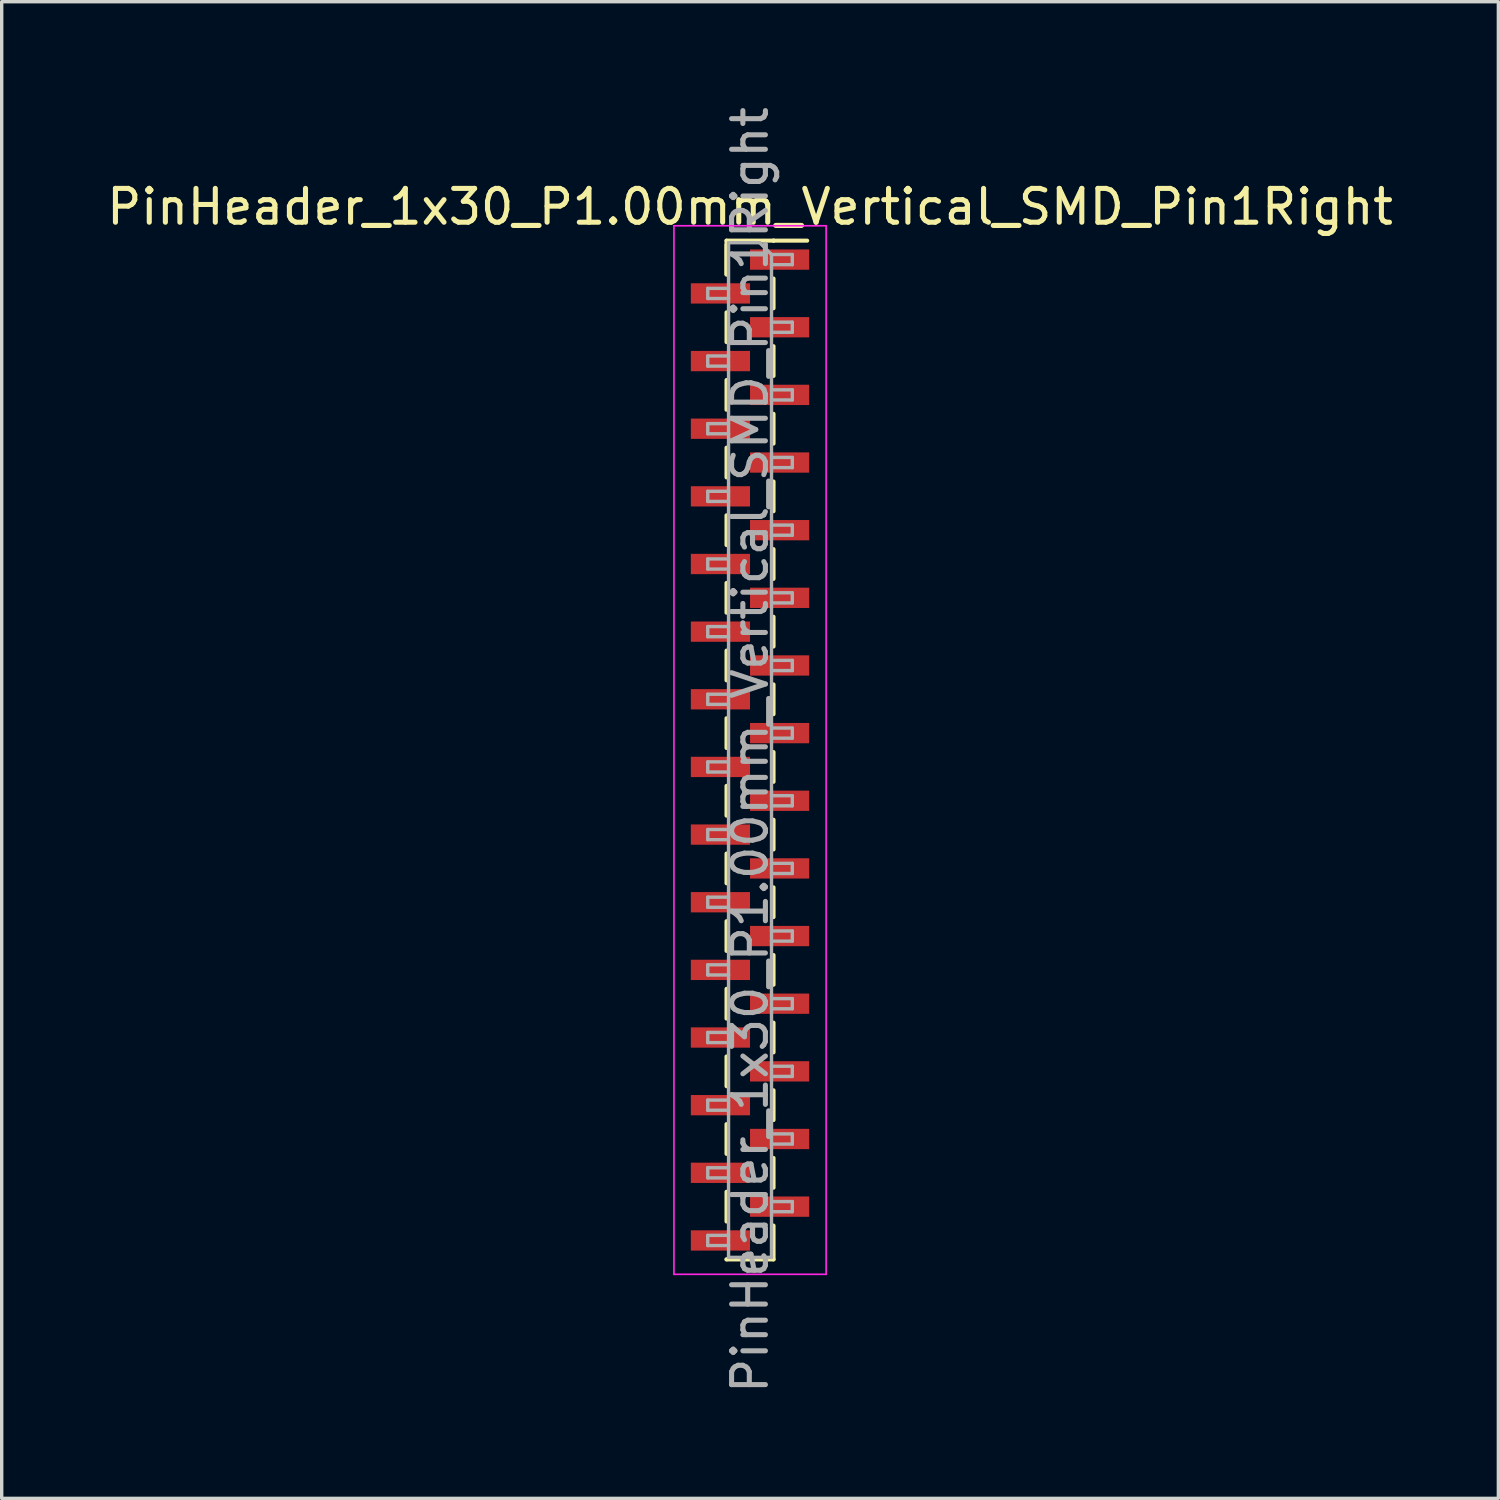
<source format=kicad_pcb>
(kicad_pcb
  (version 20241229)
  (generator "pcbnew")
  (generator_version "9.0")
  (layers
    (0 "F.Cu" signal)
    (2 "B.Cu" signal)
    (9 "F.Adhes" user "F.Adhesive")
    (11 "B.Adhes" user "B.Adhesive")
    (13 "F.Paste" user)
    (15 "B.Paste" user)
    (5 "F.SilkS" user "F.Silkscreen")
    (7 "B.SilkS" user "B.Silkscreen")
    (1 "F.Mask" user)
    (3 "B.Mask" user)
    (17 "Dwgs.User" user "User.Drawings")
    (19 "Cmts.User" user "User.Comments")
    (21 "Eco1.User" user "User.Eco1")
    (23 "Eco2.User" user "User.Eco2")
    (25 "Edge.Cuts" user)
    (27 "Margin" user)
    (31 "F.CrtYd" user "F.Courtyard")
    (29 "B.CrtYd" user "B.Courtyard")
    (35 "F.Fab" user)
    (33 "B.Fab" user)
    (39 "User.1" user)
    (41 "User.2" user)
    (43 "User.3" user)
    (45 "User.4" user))
  (footprint "PinHeader_1x30_P1.00mm_Vertical_SMD_Pin1Right"
    (layer "F.Cu")
    (at 19.125 19.125)
    (property "Reference" "PinHeader_1x30_P1.00mm_Vertical_SMD_Pin1Right" (at 0 -16.06 0) (layer "F.SilkS") (effects (font (size 1 1) (thickness 0.15))))
    (attr smd)
    (fp_line (start -0.695 -15.06) (end -0.695 -14.06) (stroke (width 0.12) (type solid)) (layer "F.SilkS"))
    (fp_line (start -0.695 -15.06) (end 0.695 -15.06) (stroke (width 0.12) (type solid)) (layer "F.SilkS"))
    (fp_line (start -0.695 -14.94) (end -0.695 -14.06) (stroke (width 0.12) (type solid)) (layer "F.SilkS"))
    (fp_line (start -0.695 -12.94) (end -0.695 -12.06) (stroke (width 0.12) (type solid)) (layer "F.SilkS"))
    (fp_line (start -0.695 -10.94) (end -0.695 -10.06) (stroke (width 0.12) (type solid)) (layer "F.SilkS"))
    (fp_line (start -0.695 -8.94) (end -0.695 -8.06) (stroke (width 0.12) (type solid)) (layer "F.SilkS"))
    (fp_line (start -0.695 -6.94) (end -0.695 -6.06) (stroke (width 0.12) (type solid)) (layer "F.SilkS"))
    (fp_line (start -0.695 -4.94) (end -0.695 -4.06) (stroke (width 0.12) (type solid)) (layer "F.SilkS"))
    (fp_line (start -0.695 -2.94) (end -0.695 -2.06) (stroke (width 0.12) (type solid)) (layer "F.SilkS"))
    (fp_line (start -0.695 -0.94) (end -0.695 -0.06) (stroke (width 0.12) (type solid)) (layer "F.SilkS"))
    (fp_line (start -0.695 1.06) (end -0.695 1.94) (stroke (width 0.12) (type solid)) (layer "F.SilkS"))
    (fp_line (start -0.695 3.06) (end -0.695 3.94) (stroke (width 0.12) (type solid)) (layer "F.SilkS"))
    (fp_line (start -0.695 5.06) (end -0.695 5.94) (stroke (width 0.12) (type solid)) (layer "F.SilkS"))
    (fp_line (start -0.695 7.06) (end -0.695 7.94) (stroke (width 0.12) (type solid)) (layer "F.SilkS"))
    (fp_line (start -0.695 9.06) (end -0.695 9.94) (stroke (width 0.12) (type solid)) (layer "F.SilkS"))
    (fp_line (start -0.695 11.06) (end -0.695 11.94) (stroke (width 0.12) (type solid)) (layer "F.SilkS"))
    (fp_line (start -0.695 13.06) (end -0.695 13.94) (stroke (width 0.12) (type solid)) (layer "F.SilkS"))
    (fp_line (start -0.695 15.06) (end -0.695 15.06) (stroke (width 0.12) (type solid)) (layer "F.SilkS"))
    (fp_line (start -0.695 15.06) (end 0.695 15.06) (stroke (width 0.12) (type solid)) (layer "F.SilkS"))
    (fp_line (start 0.695 -15.06) (end 0.695 -15.06) (stroke (width 0.12) (type solid)) (layer "F.SilkS"))
    (fp_line (start 0.695 -15.06) (end 1.69 -15.06) (stroke (width 0.12) (type solid)) (layer "F.SilkS"))
    (fp_line (start 0.695 -13.94) (end 0.695 -13.06) (stroke (width 0.12) (type solid)) (layer "F.SilkS"))
    (fp_line (start 0.695 -11.94) (end 0.695 -11.06) (stroke (width 0.12) (type solid)) (layer "F.SilkS"))
    (fp_line (start 0.695 -9.94) (end 0.695 -9.06) (stroke (width 0.12) (type solid)) (layer "F.SilkS"))
    (fp_line (start 0.695 -7.94) (end 0.695 -7.06) (stroke (width 0.12) (type solid)) (layer "F.SilkS"))
    (fp_line (start 0.695 -5.94) (end 0.695 -5.06) (stroke (width 0.12) (type solid)) (layer "F.SilkS"))
    (fp_line (start 0.695 -3.94) (end 0.695 -3.06) (stroke (width 0.12) (type solid)) (layer "F.SilkS"))
    (fp_line (start 0.695 -1.94) (end 0.695 -1.06) (stroke (width 0.12) (type solid)) (layer "F.SilkS"))
    (fp_line (start 0.695 0.06) (end 0.695 0.94) (stroke (width 0.12) (type solid)) (layer "F.SilkS"))
    (fp_line (start 0.695 2.06) (end 0.695 2.94) (stroke (width 0.12) (type solid)) (layer "F.SilkS"))
    (fp_line (start 0.695 4.06) (end 0.695 4.94) (stroke (width 0.12) (type solid)) (layer "F.SilkS"))
    (fp_line (start 0.695 6.06) (end 0.695 6.94) (stroke (width 0.12) (type solid)) (layer "F.SilkS"))
    (fp_line (start 0.695 8.06) (end 0.695 8.94) (stroke (width 0.12) (type solid)) (layer "F.SilkS"))
    (fp_line (start 0.695 10.06) (end 0.695 10.94) (stroke (width 0.12) (type solid)) (layer "F.SilkS"))
    (fp_line (start 0.695 12.06) (end 0.695 12.94) (stroke (width 0.12) (type solid)) (layer "F.SilkS"))
    (fp_line (start 0.695 14.06) (end 0.695 15.06) (stroke (width 0.12) (type solid)) (layer "F.SilkS"))
    (fp_line (start -2.25 -15.5) (end -2.25 15.5) (stroke (width 0.05) (type solid)) (layer "F.CrtYd"))
    (fp_line (start -2.25 15.5) (end 2.25 15.5) (stroke (width 0.05) (type solid)) (layer "F.CrtYd"))
    (fp_line (start 2.25 -15.5) (end -2.25 -15.5) (stroke (width 0.05) (type solid)) (layer "F.CrtYd"))
    (fp_line (start 2.25 15.5) (end 2.25 -15.5) (stroke (width 0.05) (type solid)) (layer "F.CrtYd"))
    (fp_line (start -1.25 -13.65) (end -1.25 -13.35) (stroke (width 0.1) (type solid)) (layer "F.Fab"))
    (fp_line (start -1.25 -13.35) (end -0.635 -13.35) (stroke (width 0.1) (type solid)) (layer "F.Fab"))
    (fp_line (start -1.25 -11.65) (end -1.25 -11.35) (stroke (width 0.1) (type solid)) (layer "F.Fab"))
    (fp_line (start -1.25 -11.35) (end -0.635 -11.35) (stroke (width 0.1) (type solid)) (layer "F.Fab"))
    (fp_line (start -1.25 -9.65) (end -1.25 -9.35) (stroke (width 0.1) (type solid)) (layer "F.Fab"))
    (fp_line (start -1.25 -9.35) (end -0.635 -9.35) (stroke (width 0.1) (type solid)) (layer "F.Fab"))
    (fp_line (start -1.25 -7.65) (end -1.25 -7.35) (stroke (width 0.1) (type solid)) (layer "F.Fab"))
    (fp_line (start -1.25 -7.35) (end -0.635 -7.35) (stroke (width 0.1) (type solid)) (layer "F.Fab"))
    (fp_line (start -1.25 -5.65) (end -1.25 -5.35) (stroke (width 0.1) (type solid)) (layer "F.Fab"))
    (fp_line (start -1.25 -5.35) (end -0.635 -5.35) (stroke (width 0.1) (type solid)) (layer "F.Fab"))
    (fp_line (start -1.25 -3.65) (end -1.25 -3.35) (stroke (width 0.1) (type solid)) (layer "F.Fab"))
    (fp_line (start -1.25 -3.35) (end -0.635 -3.35) (stroke (width 0.1) (type solid)) (layer "F.Fab"))
    (fp_line (start -1.25 -1.65) (end -1.25 -1.35) (stroke (width 0.1) (type solid)) (layer "F.Fab"))
    (fp_line (start -1.25 -1.35) (end -0.635 -1.35) (stroke (width 0.1) (type solid)) (layer "F.Fab"))
    (fp_line (start -1.25 0.35) (end -1.25 0.65) (stroke (width 0.1) (type solid)) (layer "F.Fab"))
    (fp_line (start -1.25 0.65) (end -0.635 0.65) (stroke (width 0.1) (type solid)) (layer "F.Fab"))
    (fp_line (start -1.25 2.35) (end -1.25 2.65) (stroke (width 0.1) (type solid)) (layer "F.Fab"))
    (fp_line (start -1.25 2.65) (end -0.635 2.65) (stroke (width 0.1) (type solid)) (layer "F.Fab"))
    (fp_line (start -1.25 4.35) (end -1.25 4.65) (stroke (width 0.1) (type solid)) (layer "F.Fab"))
    (fp_line (start -1.25 4.65) (end -0.635 4.65) (stroke (width 0.1) (type solid)) (layer "F.Fab"))
    (fp_line (start -1.25 6.35) (end -1.25 6.65) (stroke (width 0.1) (type solid)) (layer "F.Fab"))
    (fp_line (start -1.25 6.65) (end -0.635 6.65) (stroke (width 0.1) (type solid)) (layer "F.Fab"))
    (fp_line (start -1.25 8.35) (end -1.25 8.65) (stroke (width 0.1) (type solid)) (layer "F.Fab"))
    (fp_line (start -1.25 8.65) (end -0.635 8.65) (stroke (width 0.1) (type solid)) (layer "F.Fab"))
    (fp_line (start -1.25 10.35) (end -1.25 10.65) (stroke (width 0.1) (type solid)) (layer "F.Fab"))
    (fp_line (start -1.25 10.65) (end -0.635 10.65) (stroke (width 0.1) (type solid)) (layer "F.Fab"))
    (fp_line (start -1.25 12.35) (end -1.25 12.65) (stroke (width 0.1) (type solid)) (layer "F.Fab"))
    (fp_line (start -1.25 12.65) (end -0.635 12.65) (stroke (width 0.1) (type solid)) (layer "F.Fab"))
    (fp_line (start -1.25 14.35) (end -1.25 14.65) (stroke (width 0.1) (type solid)) (layer "F.Fab"))
    (fp_line (start -1.25 14.65) (end -0.635 14.65) (stroke (width 0.1) (type solid)) (layer "F.Fab"))
    (fp_line (start -0.635 -15) (end -0.635 15) (stroke (width 0.1) (type solid)) (layer "F.Fab"))
    (fp_line (start -0.635 -15) (end 0.285 -15) (stroke (width 0.1) (type solid)) (layer "F.Fab"))
    (fp_line (start -0.635 -13.65) (end -1.25 -13.65) (stroke (width 0.1) (type solid)) (layer "F.Fab"))
    (fp_line (start -0.635 -11.65) (end -1.25 -11.65) (stroke (width 0.1) (type solid)) (layer "F.Fab"))
    (fp_line (start -0.635 -9.65) (end -1.25 -9.65) (stroke (width 0.1) (type solid)) (layer "F.Fab"))
    (fp_line (start -0.635 -7.65) (end -1.25 -7.65) (stroke (width 0.1) (type solid)) (layer "F.Fab"))
    (fp_line (start -0.635 -5.65) (end -1.25 -5.65) (stroke (width 0.1) (type solid)) (layer "F.Fab"))
    (fp_line (start -0.635 -3.65) (end -1.25 -3.65) (stroke (width 0.1) (type solid)) (layer "F.Fab"))
    (fp_line (start -0.635 -1.65) (end -1.25 -1.65) (stroke (width 0.1) (type solid)) (layer "F.Fab"))
    (fp_line (start -0.635 0.35) (end -1.25 0.35) (stroke (width 0.1) (type solid)) (layer "F.Fab"))
    (fp_line (start -0.635 2.35) (end -1.25 2.35) (stroke (width 0.1) (type solid)) (layer "F.Fab"))
    (fp_line (start -0.635 4.35) (end -1.25 4.35) (stroke (width 0.1) (type solid)) (layer "F.Fab"))
    (fp_line (start -0.635 6.35) (end -1.25 6.35) (stroke (width 0.1) (type solid)) (layer "F.Fab"))
    (fp_line (start -0.635 8.35) (end -1.25 8.35) (stroke (width 0.1) (type solid)) (layer "F.Fab"))
    (fp_line (start -0.635 10.35) (end -1.25 10.35) (stroke (width 0.1) (type solid)) (layer "F.Fab"))
    (fp_line (start -0.635 12.35) (end -1.25 12.35) (stroke (width 0.1) (type solid)) (layer "F.Fab"))
    (fp_line (start -0.635 14.35) (end -1.25 14.35) (stroke (width 0.1) (type solid)) (layer "F.Fab"))
    (fp_line (start 0.635 -14.65) (end 0.285 -15) (stroke (width 0.1) (type solid)) (layer "F.Fab"))
    (fp_line (start 0.635 -14.65) (end 1.25 -14.65) (stroke (width 0.1) (type solid)) (layer "F.Fab"))
    (fp_line (start 0.635 -12.65) (end 1.25 -12.65) (stroke (width 0.1) (type solid)) (layer "F.Fab"))
    (fp_line (start 0.635 -10.65) (end 1.25 -10.65) (stroke (width 0.1) (type solid)) (layer "F.Fab"))
    (fp_line (start 0.635 -8.65) (end 1.25 -8.65) (stroke (width 0.1) (type solid)) (layer "F.Fab"))
    (fp_line (start 0.635 -6.65) (end 1.25 -6.65) (stroke (width 0.1) (type solid)) (layer "F.Fab"))
    (fp_line (start 0.635 -4.65) (end 1.25 -4.65) (stroke (width 0.1) (type solid)) (layer "F.Fab"))
    (fp_line (start 0.635 -2.65) (end 1.25 -2.65) (stroke (width 0.1) (type solid)) (layer "F.Fab"))
    (fp_line (start 0.635 -0.65) (end 1.25 -0.65) (stroke (width 0.1) (type solid)) (layer "F.Fab"))
    (fp_line (start 0.635 1.35) (end 1.25 1.35) (stroke (width 0.1) (type solid)) (layer "F.Fab"))
    (fp_line (start 0.635 3.35) (end 1.25 3.35) (stroke (width 0.1) (type solid)) (layer "F.Fab"))
    (fp_line (start 0.635 5.35) (end 1.25 5.35) (stroke (width 0.1) (type solid)) (layer "F.Fab"))
    (fp_line (start 0.635 7.35) (end 1.25 7.35) (stroke (width 0.1) (type solid)) (layer "F.Fab"))
    (fp_line (start 0.635 9.35) (end 1.25 9.35) (stroke (width 0.1) (type solid)) (layer "F.Fab"))
    (fp_line (start 0.635 11.35) (end 1.25 11.35) (stroke (width 0.1) (type solid)) (layer "F.Fab"))
    (fp_line (start 0.635 13.35) (end 1.25 13.35) (stroke (width 0.1) (type solid)) (layer "F.Fab"))
    (fp_line (start 0.635 15) (end -0.635 15) (stroke (width 0.1) (type solid)) (layer "F.Fab"))
    (fp_line (start 0.635 15) (end 0.635 -14.65) (stroke (width 0.1) (type solid)) (layer "F.Fab"))
    (fp_line (start 1.25 -14.65) (end 1.25 -14.35) (stroke (width 0.1) (type solid)) (layer "F.Fab"))
    (fp_line (start 1.25 -14.35) (end 0.635 -14.35) (stroke (width 0.1) (type solid)) (layer "F.Fab"))
    (fp_line (start 1.25 -12.65) (end 1.25 -12.35) (stroke (width 0.1) (type solid)) (layer "F.Fab"))
    (fp_line (start 1.25 -12.35) (end 0.635 -12.35) (stroke (width 0.1) (type solid)) (layer "F.Fab"))
    (fp_line (start 1.25 -10.65) (end 1.25 -10.35) (stroke (width 0.1) (type solid)) (layer "F.Fab"))
    (fp_line (start 1.25 -10.35) (end 0.635 -10.35) (stroke (width 0.1) (type solid)) (layer "F.Fab"))
    (fp_line (start 1.25 -8.65) (end 1.25 -8.35) (stroke (width 0.1) (type solid)) (layer "F.Fab"))
    (fp_line (start 1.25 -8.35) (end 0.635 -8.35) (stroke (width 0.1) (type solid)) (layer "F.Fab"))
    (fp_line (start 1.25 -6.65) (end 1.25 -6.35) (stroke (width 0.1) (type solid)) (layer "F.Fab"))
    (fp_line (start 1.25 -6.35) (end 0.635 -6.35) (stroke (width 0.1) (type solid)) (layer "F.Fab"))
    (fp_line (start 1.25 -4.65) (end 1.25 -4.35) (stroke (width 0.1) (type solid)) (layer "F.Fab"))
    (fp_line (start 1.25 -4.35) (end 0.635 -4.35) (stroke (width 0.1) (type solid)) (layer "F.Fab"))
    (fp_line (start 1.25 -2.65) (end 1.25 -2.35) (stroke (width 0.1) (type solid)) (layer "F.Fab"))
    (fp_line (start 1.25 -2.35) (end 0.635 -2.35) (stroke (width 0.1) (type solid)) (layer "F.Fab"))
    (fp_line (start 1.25 -0.65) (end 1.25 -0.35) (stroke (width 0.1) (type solid)) (layer "F.Fab"))
    (fp_line (start 1.25 -0.35) (end 0.635 -0.35) (stroke (width 0.1) (type solid)) (layer "F.Fab"))
    (fp_line (start 1.25 1.35) (end 1.25 1.65) (stroke (width 0.1) (type solid)) (layer "F.Fab"))
    (fp_line (start 1.25 1.65) (end 0.635 1.65) (stroke (width 0.1) (type solid)) (layer "F.Fab"))
    (fp_line (start 1.25 3.35) (end 1.25 3.65) (stroke (width 0.1) (type solid)) (layer "F.Fab"))
    (fp_line (start 1.25 3.65) (end 0.635 3.65) (stroke (width 0.1) (type solid)) (layer "F.Fab"))
    (fp_line (start 1.25 5.35) (end 1.25 5.65) (stroke (width 0.1) (type solid)) (layer "F.Fab"))
    (fp_line (start 1.25 5.65) (end 0.635 5.65) (stroke (width 0.1) (type solid)) (layer "F.Fab"))
    (fp_line (start 1.25 7.35) (end 1.25 7.65) (stroke (width 0.1) (type solid)) (layer "F.Fab"))
    (fp_line (start 1.25 7.65) (end 0.635 7.65) (stroke (width 0.1) (type solid)) (layer "F.Fab"))
    (fp_line (start 1.25 9.35) (end 1.25 9.65) (stroke (width 0.1) (type solid)) (layer "F.Fab"))
    (fp_line (start 1.25 9.65) (end 0.635 9.65) (stroke (width 0.1) (type solid)) (layer "F.Fab"))
    (fp_line (start 1.25 11.35) (end 1.25 11.65) (stroke (width 0.1) (type solid)) (layer "F.Fab"))
    (fp_line (start 1.25 11.65) (end 0.635 11.65) (stroke (width 0.1) (type solid)) (layer "F.Fab"))
    (fp_line (start 1.25 13.35) (end 1.25 13.65) (stroke (width 0.1) (type solid)) (layer "F.Fab"))
    (fp_line (start 1.25 13.65) (end 0.635 13.65) (stroke (width 0.1) (type solid)) (layer "F.Fab"))
    (fp_text user "${REFERENCE}" (at 0 0 90) (layer "F.Fab") (effects (font (size 1 1) (thickness 0.15))))
    (pad "1" smd rect (at 0.875 -14.5) (size 1.75 0.6) (layers "F.Cu" "F.Mask" "F.Paste"))
    (pad "2" smd rect (at -0.875 -13.5) (size 1.75 0.6) (layers "F.Cu" "F.Mask" "F.Paste"))
    (pad "3" smd rect (at 0.875 -12.5) (size 1.75 0.6) (layers "F.Cu" "F.Mask" "F.Paste"))
    (pad "4" smd rect (at -0.875 -11.5) (size 1.75 0.6) (layers "F.Cu" "F.Mask" "F.Paste"))
    (pad "5" smd rect (at 0.875 -10.5) (size 1.75 0.6) (layers "F.Cu" "F.Mask" "F.Paste"))
    (pad "6" smd rect (at -0.875 -9.5) (size 1.75 0.6) (layers "F.Cu" "F.Mask" "F.Paste"))
    (pad "7" smd rect (at 0.875 -8.5) (size 1.75 0.6) (layers "F.Cu" "F.Mask" "F.Paste"))
    (pad "8" smd rect (at -0.875 -7.5) (size 1.75 0.6) (layers "F.Cu" "F.Mask" "F.Paste"))
    (pad "9" smd rect (at 0.875 -6.5) (size 1.75 0.6) (layers "F.Cu" "F.Mask" "F.Paste"))
    (pad "10" smd rect (at -0.875 -5.5) (size 1.75 0.6) (layers "F.Cu" "F.Mask" "F.Paste"))
    (pad "11" smd rect (at 0.875 -4.5) (size 1.75 0.6) (layers "F.Cu" "F.Mask" "F.Paste"))
    (pad "12" smd rect (at -0.875 -3.5) (size 1.75 0.6) (layers "F.Cu" "F.Mask" "F.Paste"))
    (pad "13" smd rect (at 0.875 -2.5) (size 1.75 0.6) (layers "F.Cu" "F.Mask" "F.Paste"))
    (pad "14" smd rect (at -0.875 -1.5) (size 1.75 0.6) (layers "F.Cu" "F.Mask" "F.Paste"))
    (pad "15" smd rect (at 0.875 -0.5) (size 1.75 0.6) (layers "F.Cu" "F.Mask" "F.Paste"))
    (pad "16" smd rect (at -0.875 0.5) (size 1.75 0.6) (layers "F.Cu" "F.Mask" "F.Paste"))
    (pad "17" smd rect (at 0.875 1.5) (size 1.75 0.6) (layers "F.Cu" "F.Mask" "F.Paste"))
    (pad "18" smd rect (at -0.875 2.5) (size 1.75 0.6) (layers "F.Cu" "F.Mask" "F.Paste"))
    (pad "19" smd rect (at 0.875 3.5) (size 1.75 0.6) (layers "F.Cu" "F.Mask" "F.Paste"))
    (pad "20" smd rect (at -0.875 4.5) (size 1.75 0.6) (layers "F.Cu" "F.Mask" "F.Paste"))
    (pad "21" smd rect (at 0.875 5.5) (size 1.75 0.6) (layers "F.Cu" "F.Mask" "F.Paste"))
    (pad "22" smd rect (at -0.875 6.5) (size 1.75 0.6) (layers "F.Cu" "F.Mask" "F.Paste"))
    (pad "23" smd rect (at 0.875 7.5) (size 1.75 0.6) (layers "F.Cu" "F.Mask" "F.Paste"))
    (pad "24" smd rect (at -0.875 8.5) (size 1.75 0.6) (layers "F.Cu" "F.Mask" "F.Paste"))
    (pad "25" smd rect (at 0.875 9.5) (size 1.75 0.6) (layers "F.Cu" "F.Mask" "F.Paste"))
    (pad "26" smd rect (at -0.875 10.5) (size 1.75 0.6) (layers "F.Cu" "F.Mask" "F.Paste"))
    (pad "27" smd rect (at 0.875 11.5) (size 1.75 0.6) (layers "F.Cu" "F.Mask" "F.Paste"))
    (pad "28" smd rect (at -0.875 12.5) (size 1.75 0.6) (layers "F.Cu" "F.Mask" "F.Paste"))
    (pad "29" smd rect (at 0.875 13.5) (size 1.75 0.6) (layers "F.Cu" "F.Mask" "F.Paste"))
    (pad "30" smd rect (at -0.875 14.5) (size 1.75 0.6) (layers "F.Cu" "F.Mask" "F.Paste")))
  (gr_rect
    (start -3 -3)
    (end 41.25 41.25)
    (stroke (width 0.1) (type default))
    (fill no)
    (layer "Edge.Cuts")))
</source>
